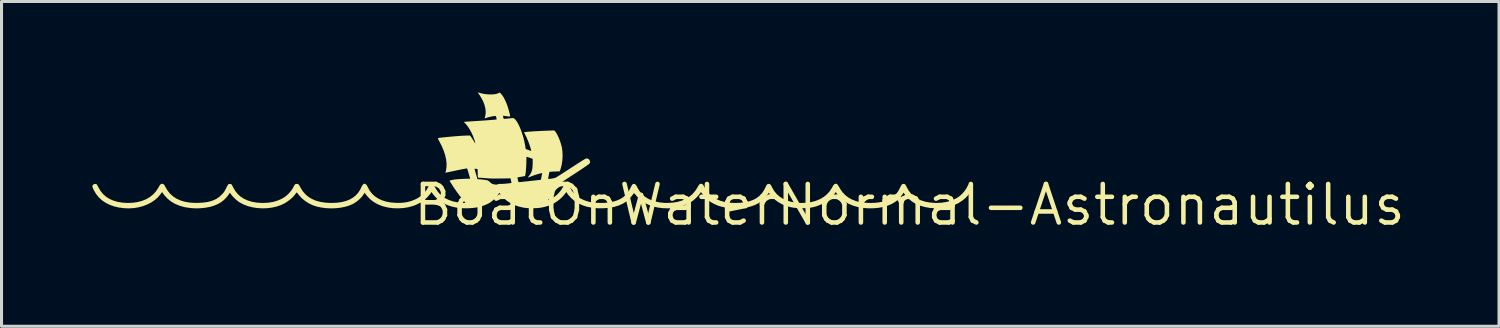
<source format=kicad_pcb>
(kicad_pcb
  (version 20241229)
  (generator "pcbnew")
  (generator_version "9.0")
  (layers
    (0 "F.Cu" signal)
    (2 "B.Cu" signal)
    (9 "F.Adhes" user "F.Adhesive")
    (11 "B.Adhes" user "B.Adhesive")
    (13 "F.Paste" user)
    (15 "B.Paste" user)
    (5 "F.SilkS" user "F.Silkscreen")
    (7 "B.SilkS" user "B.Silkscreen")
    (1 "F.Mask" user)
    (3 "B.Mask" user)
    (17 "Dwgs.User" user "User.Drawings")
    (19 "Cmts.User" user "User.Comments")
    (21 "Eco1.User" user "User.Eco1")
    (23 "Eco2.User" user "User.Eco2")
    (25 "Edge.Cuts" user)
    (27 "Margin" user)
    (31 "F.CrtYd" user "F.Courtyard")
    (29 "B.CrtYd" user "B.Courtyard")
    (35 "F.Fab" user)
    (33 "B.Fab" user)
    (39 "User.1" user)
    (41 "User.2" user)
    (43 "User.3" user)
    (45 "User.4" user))
  (footprint "BoatOnWaterNormal-Astronautilus"
    (layer "F.Cu")
    (at 26.965 3.712)
    (property "Reference" "BoatOnWaterNormal-Astronautilus" (at 0 0 0) (layer "F.SilkS") (effects (font (size 1.27 1.27) (thickness 0.15))))
    (attr board_only exclude_from_pos_files exclude_from_bom)
    (fp_poly (pts (xy -14.237 -3.711) (xy -14.213 -3.705) (xy -14.181 -3.695) (xy -14.091 -3.672) (xy -13.996 -3.656) (xy -13.899 -3.647) (xy -13.805 -3.645) (xy -13.717 -3.65) (xy -13.64 -3.662) (xy -13.578 -3.682) (xy -13.566 -3.687) (xy -13.524 -3.709) (xy -13.492 -3.679) (xy -13.44 -3.619) (xy -13.389 -3.54) (xy -13.339 -3.442) (xy -13.291 -3.328) (xy -13.269 -3.268) (xy -13.252 -3.217) (xy -13.235 -3.16) (xy -13.219 -3.102) (xy -13.204 -3.046) (xy -13.192 -2.996) (xy -13.183 -2.955) (xy -13.178 -2.928) (xy -13.179 -2.918) (xy -13.191 -2.917) (xy -13.22 -2.919) (xy -13.26 -2.923) (xy -13.296 -2.928) (xy -13.342 -2.935) (xy -13.38 -2.94) (xy -13.405 -2.944) (xy -13.412 -2.945) (xy -13.413 -2.935) (xy -13.41 -2.911) (xy -13.407 -2.892) (xy -13.403 -2.871) (xy -13.399 -2.856) (xy -13.391 -2.847) (xy -13.378 -2.841) (xy -13.354 -2.84) (xy -13.319 -2.843) (xy -13.268 -2.848) (xy -13.21 -2.854) (xy -13.152 -2.86) (xy -13.111 -2.864) (xy -13.083 -2.864) (xy -13.065 -2.862) (xy -13.053 -2.857) (xy -13.046 -2.852) (xy -13.002 -2.81) (xy -12.956 -2.748) (xy -12.911 -2.67) (xy -12.867 -2.578) (xy -12.824 -2.474) (xy -12.784 -2.361) (xy -12.747 -2.241) (xy -12.715 -2.116) (xy -12.689 -1.989) (xy -12.682 -1.952) (xy -12.664 -1.843) (xy -12.575 -1.811) (xy -12.536 -1.797) (xy -12.504 -1.786) (xy -12.486 -1.78) (xy -12.483 -1.779) (xy -12.484 -1.789) (xy -12.49 -1.814) (xy -12.499 -1.851) (xy -12.506 -1.877) (xy -12.541 -1.989) (xy -12.586 -2.109) (xy -12.639 -2.232) (xy -12.669 -2.292) (xy -12.689 -2.335) (xy -12.706 -2.369) (xy -12.716 -2.393) (xy -12.718 -2.4) (xy -12.706 -2.403) (xy -12.675 -2.406) (xy -12.629 -2.411) (xy -12.569 -2.415) (xy -12.5 -2.42) (xy -12.423 -2.426) (xy -12.341 -2.431) (xy -12.257 -2.435) (xy -12.174 -2.44) (xy -12.095 -2.443) (xy -12.022 -2.446) (xy -12.017 -2.447) (xy -11.72 -2.457) (xy -11.693 -2.425) (xy -11.657 -2.376) (xy -11.62 -2.31) (xy -11.583 -2.232) (xy -11.547 -2.146) (xy -11.516 -2.056) (xy -11.489 -1.967) (xy -11.469 -1.883) (xy -11.466 -1.864) (xy -11.451 -1.736) (xy -11.448 -1.599) (xy -11.457 -1.461) (xy -11.477 -1.328) (xy -11.508 -1.205) (xy -11.516 -1.181) (xy -11.541 -1.107) (xy -11.707 -1.101) (xy -11.764 -1.099) (xy -11.814 -1.096) (xy -11.851 -1.093) (xy -11.874 -1.091) (xy -11.879 -1.09) (xy -11.883 -1.077) (xy -11.89 -1.05) (xy -11.898 -1.012) (xy -11.906 -0.97) (xy -11.913 -0.928) (xy -11.919 -0.893) (xy -11.922 -0.868) (xy -11.922 -0.86) (xy -11.907 -0.857) (xy -11.877 -0.858) (xy -11.837 -0.863) (xy -11.792 -0.87) (xy -11.747 -0.879) (xy -11.708 -0.888) (xy -11.679 -0.898) (xy -11.673 -0.9) (xy -11.655 -0.91) (xy -11.622 -0.931) (xy -11.575 -0.961) (xy -11.515 -0.998) (xy -11.445 -1.043) (xy -11.367 -1.093) (xy -11.282 -1.148) (xy -11.192 -1.207) (xy -11.155 -1.23) (xy -11.051 -1.298) (xy -10.964 -1.355) (xy -10.89 -1.402) (xy -10.831 -1.44) (xy -10.782 -1.47) (xy -10.744 -1.493) (xy -10.715 -1.51) (xy -10.692 -1.521) (xy -10.675 -1.528) (xy -10.662 -1.532) (xy -10.651 -1.533) (xy -10.641 -1.532) (xy -10.641 -1.532) (xy -10.595 -1.517) (xy -10.562 -1.485) (xy -10.544 -1.44) (xy -10.542 -1.433) (xy -10.541 -1.404) (xy -10.547 -1.383) (xy -10.566 -1.36) (xy -10.572 -1.353) (xy -10.588 -1.34) (xy -10.62 -1.317) (xy -10.665 -1.285) (xy -10.724 -1.245) (xy -10.793 -1.198) (xy -10.871 -1.146) (xy -10.956 -1.09) (xy -11.046 -1.031) (xy -11.093 -1.001) (xy -11.203 -0.929) (xy -11.297 -0.868) (xy -11.377 -0.815) (xy -11.444 -0.77) (xy -11.5 -0.73) (xy -11.547 -0.695) (xy -11.586 -0.662) (xy -11.618 -0.63) (xy -11.646 -0.599) (xy -11.671 -0.565) (xy -11.695 -0.528) (xy -11.72 -0.486) (xy -11.746 -0.439) (xy -11.776 -0.383) (xy -11.779 -0.379) (xy -11.808 -0.328) (xy -11.84 -0.276) (xy -11.871 -0.232) (xy -11.886 -0.212) (xy -11.91 -0.182) (xy -11.921 -0.163) (xy -11.918 -0.157) (xy -11.899 -0.163) (xy -11.864 -0.179) (xy -11.84 -0.192) (xy -11.722 -0.263) (xy -11.616 -0.351) (xy -11.524 -0.452) (xy -11.449 -0.564) (xy -11.431 -0.599) (xy -11.409 -0.64) (xy -11.391 -0.667) (xy -11.372 -0.682) (xy -11.349 -0.692) (xy -11.346 -0.693) (xy -11.311 -0.696) (xy -11.279 -0.681) (xy -11.248 -0.646) (xy -11.221 -0.6) (xy -11.15 -0.48) (xy -11.068 -0.376) (xy -10.971 -0.287) (xy -10.861 -0.214) (xy -10.735 -0.154) (xy -10.594 -0.108) (xy -10.534 -0.094) (xy -10.469 -0.083) (xy -10.389 -0.074) (xy -10.299 -0.068) (xy -10.205 -0.065) (xy -10.113 -0.065) (xy -10.028 -0.068) (xy -9.968 -0.074) (xy -9.813 -0.099) (xy -9.674 -0.138) (xy -9.552 -0.19) (xy -9.446 -0.255) (xy -9.356 -0.334) (xy -9.306 -0.394) (xy -9.279 -0.433) (xy -9.249 -0.483) (xy -9.219 -0.537) (xy -9.204 -0.568) (xy -9.179 -0.617) (xy -9.16 -0.651) (xy -9.144 -0.673) (xy -9.128 -0.685) (xy -9.121 -0.688) (xy -9.084 -0.695) (xy -9.051 -0.681) (xy -9.02 -0.648) (xy -9.001 -0.616) (xy -8.955 -0.529) (xy -8.911 -0.457) (xy -8.866 -0.398) (xy -8.818 -0.345) (xy -8.763 -0.296) (xy -8.75 -0.286) (xy -8.644 -0.214) (xy -8.522 -0.155) (xy -8.386 -0.111) (xy -8.239 -0.081) (xy -8.081 -0.065) (xy -7.999 -0.064) (xy -7.829 -0.072) (xy -7.67 -0.096) (xy -7.525 -0.136) (xy -7.392 -0.193) (xy -7.273 -0.264) (xy -7.168 -0.351) (xy -7.077 -0.453) (xy -7.002 -0.569) (xy -6.99 -0.59) (xy -6.959 -0.644) (xy -6.93 -0.679) (xy -6.902 -0.696) (xy -6.87 -0.698) (xy -6.838 -0.687) (xy -6.817 -0.669) (xy -6.793 -0.634) (xy -6.773 -0.6) (xy -6.731 -0.523) (xy -6.69 -0.459) (xy -6.645 -0.403) (xy -6.592 -0.348) (xy -6.585 -0.342) (xy -6.484 -0.259) (xy -6.372 -0.191) (xy -6.247 -0.138) (xy -6.11 -0.099) (xy -5.958 -0.075) (xy -5.792 -0.064) (xy -5.741 -0.064) (xy -5.569 -0.07) (xy -5.414 -0.09) (xy -5.274 -0.122) (xy -5.15 -0.168) (xy -5.04 -0.228) (xy -4.945 -0.303) (xy -4.863 -0.391) (xy -4.795 -0.494) (xy -4.751 -0.583) (xy -4.727 -0.633) (xy -4.706 -0.666) (xy -4.683 -0.685) (xy -4.657 -0.692) (xy -4.646 -0.693) (xy -4.62 -0.69) (xy -4.599 -0.681) (xy -4.58 -0.663) (xy -4.56 -0.631) (xy -4.536 -0.582) (xy -4.533 -0.576) (xy -4.467 -0.462) (xy -4.386 -0.362) (xy -4.289 -0.276) (xy -4.177 -0.204) (xy -4.051 -0.146) (xy -3.912 -0.104) (xy -3.76 -0.076) (xy -3.594 -0.064) (xy -3.547 -0.064) (xy -3.381 -0.072) (xy -3.225 -0.096) (xy -3.08 -0.137) (xy -2.948 -0.192) (xy -2.829 -0.263) (xy -2.725 -0.348) (xy -2.635 -0.447) (xy -2.56 -0.56) (xy -2.547 -0.584) (xy -2.516 -0.639) (xy -2.487 -0.675) (xy -2.458 -0.694) (xy -2.428 -0.698) (xy -2.406 -0.693) (xy -2.394 -0.687) (xy -2.381 -0.678) (xy -2.368 -0.662) (xy -2.351 -0.637) (xy -2.328 -0.601) (xy -2.298 -0.55) (xy -2.284 -0.525) (xy -2.21 -0.418) (xy -2.12 -0.324) (xy -2.015 -0.243) (xy -1.897 -0.177) (xy -1.768 -0.127) (xy -1.693 -0.106) (xy -1.566 -0.083) (xy -1.431 -0.069) (xy -1.291 -0.064) (xy -1.151 -0.068) (xy -1.018 -0.081) (xy -0.896 -0.104) (xy -0.824 -0.123) (xy -0.719 -0.161) (xy -0.63 -0.206) (xy -0.55 -0.262) (xy -0.476 -0.328) (xy -0.435 -0.37) (xy -0.404 -0.405) (xy -0.379 -0.441) (xy -0.355 -0.482) (xy -0.327 -0.537) (xy -0.324 -0.542) (xy -0.3 -0.59) (xy -0.278 -0.631) (xy -0.26 -0.662) (xy -0.248 -0.678) (xy -0.247 -0.679) (xy -0.221 -0.69) (xy -0.187 -0.692) (xy -0.155 -0.685) (xy -0.144 -0.678) (xy -0.131 -0.662) (xy -0.114 -0.632) (xy -0.094 -0.595) (xy -0.09 -0.585) (xy -0.025 -0.469) (xy 0.055 -0.367) (xy 0.151 -0.279) (xy 0.261 -0.206) (xy 0.386 -0.148) (xy 0.525 -0.105) (xy 0.679 -0.078) (xy 0.846 -0.065) (xy 0.9 -0.064) (xy 1.072 -0.073) (xy 1.233 -0.099) (xy 1.383 -0.143) (xy 1.521 -0.204) (xy 1.62 -0.263) (xy 1.691 -0.32) (xy 1.762 -0.39) (xy 1.826 -0.467) (xy 1.88 -0.546) (xy 1.912 -0.608) (xy 1.934 -0.651) (xy 1.956 -0.677) (xy 1.982 -0.69) (xy 2.01 -0.693) (xy 2.046 -0.684) (xy 2.076 -0.66) (xy 2.094 -0.628) (xy 2.097 -0.609) (xy 2.091 -0.582) (xy 2.074 -0.541) (xy 2.049 -0.492) (xy 2.018 -0.439) (xy 1.983 -0.385) (xy 1.947 -0.335) (xy 1.94 -0.326) (xy 1.846 -0.225) (xy 1.736 -0.135) (xy 1.613 -0.057) (xy 1.48 0.007) (xy 1.34 0.056) (xy 1.313 0.063) (xy 1.152 0.095) (xy 0.987 0.111) (xy 0.822 0.112) (xy 0.66 0.098) (xy 0.504 0.069) (xy 0.356 0.026) (xy 0.22 -0.031) (xy 0.129 -0.081) (xy 0.067 -0.124) (xy 0.002 -0.178) (xy -0.06 -0.236) (xy -0.115 -0.295) (xy -0.154 -0.345) (xy -0.194 -0.403) (xy -0.232 -0.346) (xy -0.306 -0.248) (xy -0.387 -0.165) (xy -0.478 -0.094) (xy -0.585 -0.032) (xy -0.609 -0.02) (xy -0.732 0.03) (xy -0.869 0.069) (xy -1.018 0.096) (xy -1.174 0.111) (xy -1.333 0.114) (xy -1.493 0.104) (xy -1.65 0.081) (xy -1.706 0.07) (xy -1.861 0.025) (xy -2.004 -0.035) (xy -2.132 -0.11) (xy -2.246 -0.2) (xy -2.345 -0.304) (xy -2.373 -0.34) (xy -2.433 -0.422) (xy -2.482 -0.355) (xy -2.569 -0.254) (xy -2.674 -0.161) (xy -2.792 -0.08) (xy -2.923 -0.011) (xy -3.056 0.041) (xy -3.15 0.068) (xy -3.242 0.088) (xy -3.338 0.101) (xy -3.443 0.108) (xy -3.548 0.11) (xy -3.695 0.105) (xy -3.825 0.093) (xy -3.946 0.07) (xy -4.06 0.037) (xy -4.172 -0.007) (xy -4.204 -0.022) (xy -4.33 -0.092) (xy -4.443 -0.174) (xy -4.539 -0.267) (xy -4.606 -0.352) (xy -4.641 -0.403) (xy -4.683 -0.34) (xy -4.769 -0.229) (xy -4.87 -0.133) (xy -4.985 -0.054) (xy -5.113 0.01) (xy -5.255 0.057) (xy -5.327 0.074) (xy -5.481 0.098) (xy -5.64 0.111) (xy -5.8 0.112) (xy -5.957 0.102) (xy -6.107 0.081) (xy -6.244 0.048) (xy -6.313 0.026) (xy -6.449 -0.032) (xy -6.569 -0.1) (xy -6.674 -0.181) (xy -6.767 -0.277) (xy -6.786 -0.3) (xy -6.816 -0.337) (xy -6.841 -0.37) (xy -6.86 -0.395) (xy -6.864 -0.401) (xy -6.88 -0.426) (xy -6.911 -0.38) (xy -6.946 -0.334) (xy -6.993 -0.281) (xy -7.047 -0.226) (xy -7.104 -0.174) (xy -7.158 -0.13) (xy -7.181 -0.114) (xy -7.316 -0.035) (xy -7.463 0.028) (xy -7.62 0.074) (xy -7.787 0.102) (xy -7.96 0.114) (xy -8.139 0.108) (xy -8.294 0.089) (xy -8.453 0.053) (xy -8.601 0.002) (xy -8.735 -0.065) (xy -8.856 -0.147) (xy -8.962 -0.243) (xy -9.017 -0.307) (xy -9.045 -0.341) (xy -9.069 -0.368) (xy -9.085 -0.384) (xy -9.089 -0.387) (xy -9.098 -0.379) (xy -9.117 -0.357) (xy -9.14 -0.326) (xy -9.15 -0.312) (xy -9.235 -0.209) (xy -9.336 -0.12) (xy -9.451 -0.045) (xy -9.582 0.015) (xy -9.729 0.061) (xy -9.766 0.07) (xy -9.932 0.098) (xy -10.106 0.112) (xy -10.281 0.112) (xy -10.452 0.096) (xy -10.615 0.067) (xy -10.676 0.052) (xy -10.814 0.004) (xy -10.944 -0.06) (xy -11.063 -0.137) (xy -11.168 -0.227) (xy -11.257 -0.327) (xy -11.298 -0.384) (xy -11.324 -0.425) (xy -11.37 -0.363) (xy -11.448 -0.272) (xy -11.541 -0.184) (xy -11.645 -0.105) (xy -11.753 -0.039) (xy -11.773 -0.029) (xy -11.849 0.005) (xy -11.94 0.037) (xy -12.037 0.065) (xy -12.131 0.086) (xy -12.215 0.099) (xy -12.313 0.107) (xy -12.419 0.111) (xy -12.527 0.11) (xy -12.629 0.104) (xy -12.719 0.094) (xy -12.737 0.091) (xy -12.893 0.055) (xy -13.038 0.005) (xy -13.17 -0.06) (xy -13.289 -0.137) (xy -13.393 -0.227) (xy -13.469 -0.314) (xy -13.535 -0.4) (xy -13.584 -0.327) (xy -13.639 -0.258) (xy -13.706 -0.188) (xy -13.78 -0.123) (xy -13.855 -0.069) (xy -13.88 -0.054) (xy -13.999 0.003) (xy -14.132 0.049) (xy -14.278 0.083) (xy -14.433 0.104) (xy -14.594 0.113) (xy -14.758 0.11) (xy -14.922 0.093) (xy -14.97 0.085) (xy -15.107 0.054) (xy -15.24 0.01) (xy -15.363 -0.044) (xy -15.472 -0.107) (xy -15.475 -0.109) (xy -15.521 -0.145) (xy -15.574 -0.192) (xy -15.629 -0.245) (xy -15.679 -0.3) (xy -15.72 -0.349) (xy -15.726 -0.357) (xy -15.774 -0.424) (xy -15.822 -0.357) (xy -15.916 -0.248) (xy -16.026 -0.151) (xy -16.152 -0.068) (xy -16.293 0.001) (xy -16.39 0.037) (xy -16.546 0.079) (xy -16.711 0.105) (xy -16.882 0.114) (xy -17.053 0.108) (xy -17.22 0.085) (xy -17.38 0.045) (xy -17.411 0.035) (xy -17.554 -0.023) (xy -17.684 -0.097) (xy -17.799 -0.187) (xy -17.901 -0.294) (xy -17.95 -0.357) (xy -17.982 -0.401) (xy -18 -0.37) (xy -18.063 -0.28) (xy -18.143 -0.194) (xy -18.235 -0.116) (xy -18.335 -0.049) (xy -18.379 -0.026) (xy -18.501 0.026) (xy -18.637 0.065) (xy -18.783 0.094) (xy -18.937 0.11) (xy -19.094 0.115) (xy -19.25 0.108) (xy -19.403 0.089) (xy -19.548 0.059) (xy -19.681 0.015) (xy -19.686 0.014) (xy -19.816 -0.047) (xy -19.937 -0.124) (xy -20.046 -0.212) (xy -20.139 -0.312) (xy -20.168 -0.349) (xy -20.191 -0.38) (xy -20.209 -0.402) (xy -20.22 -0.413) (xy -20.22 -0.413) (xy -20.229 -0.405) (xy -20.246 -0.384) (xy -20.269 -0.354) (xy -20.274 -0.348) (xy -20.345 -0.263) (xy -20.434 -0.182) (xy -20.534 -0.107) (xy -20.642 -0.041) (xy -20.744 0.006) (xy -20.889 0.056) (xy -21.043 0.09) (xy -21.203 0.11) (xy -21.364 0.114) (xy -21.525 0.104) (xy -21.682 0.08) (xy -21.832 0.041) (xy -21.972 -0.012) (xy -22.099 -0.078) (xy -22.104 -0.081) (xy -22.166 -0.124) (xy -22.231 -0.178) (xy -22.293 -0.236) (xy -22.348 -0.295) (xy -22.387 -0.345) (xy -22.427 -0.403) (xy -22.465 -0.346) (xy -22.543 -0.244) (xy -22.629 -0.158) (xy -22.726 -0.085) (xy -22.839 -0.021) (xy -22.841 -0.021) (xy -22.964 0.03) (xy -23.102 0.069) (xy -23.251 0.096) (xy -23.407 0.111) (xy -23.566 0.114) (xy -23.727 0.104) (xy -23.883 0.081) (xy -23.939 0.07) (xy -24.095 0.025) (xy -24.237 -0.035) (xy -24.366 -0.11) (xy -24.48 -0.2) (xy -24.579 -0.305) (xy -24.606 -0.341) (xy -24.668 -0.423) (xy -24.715 -0.357) (xy -24.801 -0.254) (xy -24.904 -0.162) (xy -25.021 -0.082) (xy -25.151 -0.015) (xy -25.292 0.04) (xy -25.442 0.08) (xy -25.598 0.105) (xy -25.76 0.115) (xy -25.914 0.109) (xy -26.09 0.087) (xy -26.252 0.049) (xy -26.4 -0.005) (xy -26.534 -0.073) (xy -26.653 -0.155) (xy -26.758 -0.253) (xy -26.847 -0.364) (xy -26.92 -0.489) (xy -26.932 -0.514) (xy -26.953 -0.562) (xy -26.964 -0.597) (xy -26.965 -0.623) (xy -26.957 -0.644) (xy -26.943 -0.664) (xy -26.912 -0.685) (xy -26.876 -0.693) (xy -26.84 -0.688) (xy -26.826 -0.679) (xy -26.814 -0.664) (xy -26.796 -0.634) (xy -26.775 -0.595) (xy -26.761 -0.568) (xy -26.694 -0.455) (xy -26.612 -0.355) (xy -26.514 -0.269) (xy -26.401 -0.198) (xy -26.274 -0.142) (xy -26.134 -0.101) (xy -25.98 -0.075) (xy -25.813 -0.064) (xy -25.78 -0.064) (xy -25.614 -0.072) (xy -25.459 -0.097) (xy -25.314 -0.137) (xy -25.182 -0.192) (xy -25.063 -0.263) (xy -24.958 -0.348) (xy -24.868 -0.446) (xy -24.794 -0.558) (xy -24.775 -0.593) (xy -24.744 -0.646) (xy -24.714 -0.68) (xy -24.684 -0.696) (xy -24.651 -0.695) (xy -24.646 -0.693) (xy -24.622 -0.684) (xy -24.603 -0.669) (xy -24.585 -0.644) (xy -24.564 -0.605) (xy -24.561 -0.599) (xy -24.489 -0.478) (xy -24.405 -0.373) (xy -24.306 -0.283) (xy -24.194 -0.209) (xy -24.069 -0.151) (xy -23.928 -0.107) (xy -23.774 -0.079) (xy -23.605 -0.066) (xy -23.456 -0.067) (xy -23.307 -0.076) (xy -23.175 -0.094) (xy -23.058 -0.122) (xy -22.954 -0.159) (xy -22.861 -0.207) (xy -22.776 -0.267) (xy -22.709 -0.328) (xy -22.668 -0.37) (xy -22.637 -0.405) (xy -22.612 -0.441) (xy -22.588 -0.482) (xy -22.56 -0.537) (xy -22.557 -0.542) (xy -22.533 -0.59) (xy -22.511 -0.631) (xy -22.493 -0.662) (xy -22.481 -0.678) (xy -22.48 -0.679) (xy -22.455 -0.69) (xy -22.421 -0.692) (xy -22.389 -0.686) (xy -22.378 -0.679) (xy -22.366 -0.664) (xy -22.349 -0.635) (xy -22.329 -0.597) (xy -22.324 -0.586) (xy -22.256 -0.467) (xy -22.174 -0.364) (xy -22.078 -0.276) (xy -21.966 -0.203) (xy -21.84 -0.146) (xy -21.7 -0.103) (xy -21.545 -0.076) (xy -21.375 -0.064) (xy -21.333 -0.064) (xy -21.165 -0.072) (xy -21.007 -0.097) (xy -20.861 -0.139) (xy -20.726 -0.197) (xy -20.623 -0.258) (xy -20.547 -0.317) (xy -20.474 -0.388) (xy -20.408 -0.466) (xy -20.353 -0.546) (xy -20.321 -0.608) (xy -20.299 -0.651) (xy -20.277 -0.678) (xy -20.25 -0.69) (xy -20.22 -0.693) (xy -20.194 -0.691) (xy -20.174 -0.684) (xy -20.154 -0.667) (xy -20.134 -0.638) (xy -20.11 -0.595) (xy -20.099 -0.573) (xy -20.027 -0.456) (xy -19.941 -0.355) (xy -19.84 -0.268) (xy -19.724 -0.197) (xy -19.594 -0.141) (xy -19.449 -0.1) (xy -19.289 -0.075) (xy -19.114 -0.064) (xy -19.076 -0.064) (xy -18.903 -0.071) (xy -18.745 -0.092) (xy -18.603 -0.127) (xy -18.476 -0.176) (xy -18.365 -0.24) (xy -18.268 -0.318) (xy -18.187 -0.41) (xy -18.12 -0.518) (xy -18.091 -0.581) (xy -18.065 -0.631) (xy -18.038 -0.669) (xy -18.01 -0.693) (xy -17.991 -0.699) (xy -17.958 -0.693) (xy -17.929 -0.671) (xy -17.902 -0.633) (xy -17.882 -0.593) (xy -17.817 -0.475) (xy -17.738 -0.372) (xy -17.643 -0.284) (xy -17.533 -0.21) (xy -17.408 -0.152) (xy -17.269 -0.108) (xy -17.115 -0.08) (xy -16.953 -0.067) (xy -16.807 -0.066) (xy -16.676 -0.076) (xy -16.555 -0.097) (xy -16.44 -0.129) (xy -16.352 -0.163) (xy -16.274 -0.199) (xy -16.209 -0.236) (xy -16.151 -0.276) (xy -16.092 -0.327) (xy -16.047 -0.371) (xy -15.999 -0.419) (xy -15.964 -0.46) (xy -15.935 -0.499) (xy -15.91 -0.541) (xy -15.896 -0.568) (xy -15.873 -0.61) (xy -15.852 -0.646) (xy -15.836 -0.671) (xy -15.829 -0.679) (xy -15.802 -0.69) (xy -15.767 -0.693) (xy -15.732 -0.687) (xy -15.713 -0.678) (xy -15.698 -0.659) (xy -15.681 -0.629) (xy -15.675 -0.617) (xy -15.649 -0.565) (xy -15.613 -0.506) (xy -15.572 -0.446) (xy -15.53 -0.392) (xy -15.509 -0.369) (xy -15.419 -0.287) (xy -15.312 -0.216) (xy -15.19 -0.158) (xy -15.055 -0.113) (xy -14.908 -0.082) (xy -14.887 -0.079) (xy -14.832 -0.072) (xy -14.778 -0.067) (xy -14.73 -0.064) (xy -14.692 -0.064) (xy -14.667 -0.066) (xy -14.66 -0.069) (xy -14.666 -0.08) (xy -14.683 -0.102) (xy -14.708 -0.134) (xy -14.732 -0.162) (xy -14.836 -0.292) (xy -14.941 -0.433) (xy -15.041 -0.577) (xy -15.13 -0.716) (xy -15.135 -0.723) (xy -15.155 -0.757) (xy -15.171 -0.783) (xy -15.178 -0.797) (xy -15.179 -0.799) (xy -15.169 -0.804) (xy -15.143 -0.812) (xy -15.106 -0.82) (xy -15.063 -0.829) (xy -15.018 -0.837) (xy -14.983 -0.841) (xy -14.935 -0.845) (xy -14.877 -0.85) (xy -14.813 -0.854) (xy -14.748 -0.857) (xy -14.683 -0.86) (xy -14.625 -0.863) (xy -14.575 -0.864) (xy -14.539 -0.864) (xy -14.519 -0.862) (xy -14.517 -0.862) (xy -14.503 -0.861) (xy -14.501 -0.865) (xy -14.503 -0.878) (xy -14.511 -0.907) (xy -14.522 -0.948) (xy -14.536 -0.996) (xy -14.55 -1.046) (xy -14.565 -1.096) (xy -14.578 -1.141) (xy -14.589 -1.176) (xy -14.594 -1.193) (xy -14.35 -1.193) (xy -14.35 -1.18) (xy -14.344 -1.153) (xy -14.334 -1.115) (xy -14.328 -1.094) (xy -14.312 -1.04) (xy -14.295 -0.982) (xy -14.281 -0.931) (xy -14.279 -0.924) (xy -14.256 -0.847) (xy -14.217 -0.847) (xy -14.191 -0.846) (xy -14.15 -0.842) (xy -14.099 -0.837) (xy -14.046 -0.83) (xy -13.991 -0.822) (xy -13.952 -0.816) (xy -13.925 -0.809) (xy -13.905 -0.8) (xy -13.887 -0.787) (xy -13.866 -0.769) (xy -13.865 -0.768) (xy -13.828 -0.735) (xy -13.801 -0.713) (xy -13.779 -0.699) (xy -13.756 -0.69) (xy -13.729 -0.682) (xy -13.665 -0.67) (xy -13.614 -0.671) (xy -13.58 -0.683) (xy -13.539 -0.694) (xy -13.498 -0.692) (xy -13.474 -0.692) (xy -13.436 -0.693) (xy -13.388 -0.696) (xy -13.335 -0.7) (xy -13.28 -0.705) (xy -13.229 -0.71) (xy -13.185 -0.716) (xy -13.153 -0.721) (xy -13.137 -0.725) (xy -13.136 -0.725) (xy -13.136 -0.737) (xy -13.141 -0.764) (xy -13.149 -0.8) (xy -13.15 -0.803) (xy -13.167 -0.876) (xy -13.489 -0.871) (xy -13.599 -0.869) (xy -13.693 -0.869) (xy -13.774 -0.87) (xy -13.848 -0.873) (xy -13.918 -0.877) (xy -13.99 -0.882) (xy -14.013 -0.884) (xy -14.077 -0.89) (xy -14.134 -0.894) (xy -14.171 -0.896) (xy -12.94 -0.896) (xy -12.939 -0.894) (xy -12.935 -0.877) (xy -12.927 -0.846) (xy -12.921 -0.816) (xy -12.913 -0.781) (xy -12.905 -0.761) (xy -12.894 -0.754) (xy -12.88 -0.752) (xy -12.863 -0.753) (xy -12.828 -0.756) (xy -12.777 -0.761) (xy -12.713 -0.768) (xy -12.639 -0.776) (xy -12.558 -0.784) (xy -12.509 -0.79) (xy -12.426 -0.799) (xy -12.351 -0.807) (xy -12.285 -0.815) (xy -12.231 -0.821) (xy -12.191 -0.826) (xy -12.169 -0.829) (xy -12.164 -0.829) (xy -12.162 -0.84) (xy -12.156 -0.867) (xy -12.149 -0.906) (xy -12.142 -0.941) (xy -12.12 -1.05) (xy -12.157 -1.044) (xy -12.21 -1.031) (xy -12.276 -1.013) (xy -12.349 -0.99) (xy -12.424 -0.964) (xy -12.479 -0.943) (xy -12.523 -0.926) (xy -12.559 -0.913) (xy -12.583 -0.905) (xy -12.591 -0.904) (xy -12.587 -0.914) (xy -12.572 -0.934) (xy -12.557 -0.954) (xy -12.513 -1.013) (xy -12.48 -1.076) (xy -12.457 -1.146) (xy -12.443 -1.227) (xy -12.436 -1.323) (xy -12.435 -1.377) (xy -12.435 -1.521) (xy -12.533 -1.555) (xy -12.575 -1.569) (xy -12.61 -1.581) (xy -12.631 -1.588) (xy -12.636 -1.589) (xy -12.638 -1.579) (xy -12.64 -1.551) (xy -12.642 -1.509) (xy -12.643 -1.456) (xy -12.644 -1.406) (xy -12.645 -1.336) (xy -12.649 -1.263) (xy -12.654 -1.191) (xy -12.66 -1.123) (xy -12.666 -1.062) (xy -12.674 -1.012) (xy -12.681 -0.975) (xy -12.688 -0.955) (xy -12.69 -0.953) (xy -12.704 -0.949) (xy -12.734 -0.943) (xy -12.777 -0.935) (xy -12.823 -0.927) (xy -12.878 -0.918) (xy -12.914 -0.91) (xy -12.934 -0.903) (xy -12.94 -0.896) (xy -14.171 -0.896) (xy -14.181 -0.896) (xy -14.214 -0.897) (xy -14.23 -0.897) (xy -14.23 -0.897) (xy -14.237 -0.897) (xy -14.241 -0.906) (xy -14.245 -0.927) (xy -14.247 -0.962) (xy -14.248 -1.015) (xy -14.249 -1.036) (xy -14.252 -1.18) (xy -14.298 -1.189) (xy -14.327 -1.194) (xy -14.346 -1.194) (xy -14.35 -1.193) (xy -14.594 -1.193) (xy -14.596 -1.198) (xy -14.598 -1.202) (xy -14.61 -1.202) (xy -14.641 -1.198) (xy -14.688 -1.19) (xy -14.749 -1.178) (xy -14.823 -1.164) (xy -14.907 -1.147) (xy -14.999 -1.127) (xy -15.088 -1.108) (xy -15.154 -1.094) (xy -15.212 -1.082) (xy -15.259 -1.072) (xy -15.293 -1.065) (xy -15.311 -1.062) (xy -15.312 -1.062) (xy -15.311 -1.073) (xy -15.306 -1.098) (xy -15.3 -1.119) (xy -15.28 -1.238) (xy -15.277 -1.366) (xy -15.292 -1.502) (xy -15.325 -1.645) (xy -15.374 -1.795) (xy -15.439 -1.948) (xy -15.507 -2.08) (xy -15.537 -2.136) (xy -15.555 -2.175) (xy -15.561 -2.198) (xy -15.56 -2.203) (xy -15.543 -2.208) (xy -15.513 -2.214) (xy -15.482 -2.217) (xy -15.447 -2.221) (xy -15.397 -2.226) (xy -15.338 -2.232) (xy -15.277 -2.239) (xy -15.263 -2.24) (xy -15.172 -2.249) (xy -15.075 -2.258) (xy -14.976 -2.266) (xy -14.879 -2.274) (xy -14.788 -2.28) (xy -14.707 -2.284) (xy -14.64 -2.287) (xy -14.598 -2.288) (xy -14.5 -2.288) (xy -14.466 -2.24) (xy -14.445 -2.209) (xy -14.418 -2.168) (xy -14.389 -2.121) (xy -14.375 -2.1) (xy -14.352 -2.062) (xy -14.337 -2.04) (xy -14.329 -2.034) (xy -14.329 -2.045) (xy -14.336 -2.074) (xy -14.35 -2.121) (xy -14.365 -2.166) (xy -14.407 -2.279) (xy -14.459 -2.391) (xy -14.517 -2.497) (xy -14.579 -2.592) (xy -14.643 -2.671) (xy -14.654 -2.683) (xy -14.678 -2.709) (xy -14.696 -2.729) (xy -14.702 -2.737) (xy -14.692 -2.74) (xy -14.666 -2.743) (xy -14.627 -2.746) (xy -14.599 -2.748) (xy -14.414 -2.76) (xy -14.25 -2.771) (xy -14.106 -2.78) (xy -13.982 -2.789) (xy -13.877 -2.797) (xy -13.791 -2.803) (xy -13.724 -2.809) (xy -13.674 -2.814) (xy -13.642 -2.817) (xy -13.627 -2.82) (xy -13.625 -2.821) (xy -13.625 -2.833) (xy -13.629 -2.858) (xy -13.634 -2.879) (xy -13.642 -2.911) (xy -13.651 -2.928) (xy -13.665 -2.934) (xy -13.675 -2.934) (xy -13.711 -2.931) (xy -13.76 -2.923) (xy -13.817 -2.912) (xy -13.876 -2.898) (xy -13.93 -2.883) (xy -13.951 -2.876) (xy -13.989 -2.864) (xy -14.011 -2.858) (xy -14.02 -2.86) (xy -14.019 -2.867) (xy -14.019 -2.869) (xy -13.993 -2.965) (xy -13.985 -3.069) (xy -13.996 -3.18) (xy -14.024 -3.296) (xy -14.069 -3.415) (xy -14.132 -3.535) (xy -14.188 -3.625) (xy -14.213 -3.661) (xy -14.233 -3.69) (xy -14.244 -3.708) (xy -14.246 -3.712)) (stroke (width 0) (type solid)) (fill yes) (layer "F.SilkS")))
  (gr_rect
    (start -3 -3)
    (end 46.422 7.718)
    (stroke (width 0.1) (type default))
    (fill no)
    (layer "Edge.Cuts")))
</source>
